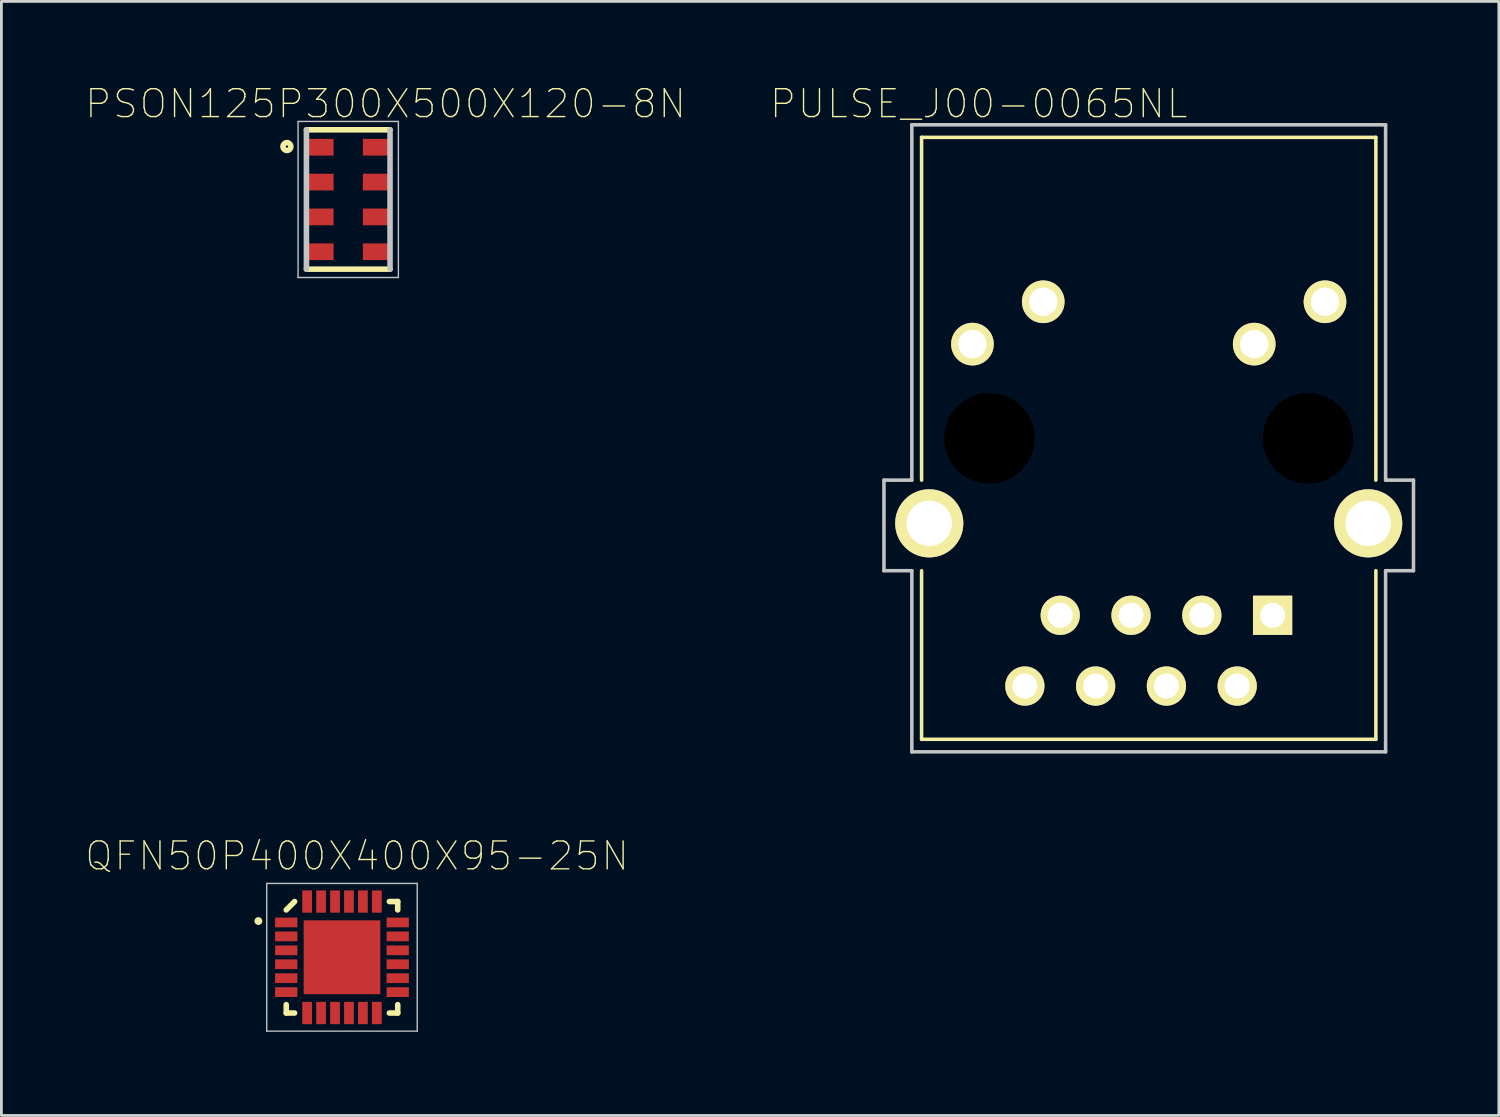
<source format=kicad_pcb>
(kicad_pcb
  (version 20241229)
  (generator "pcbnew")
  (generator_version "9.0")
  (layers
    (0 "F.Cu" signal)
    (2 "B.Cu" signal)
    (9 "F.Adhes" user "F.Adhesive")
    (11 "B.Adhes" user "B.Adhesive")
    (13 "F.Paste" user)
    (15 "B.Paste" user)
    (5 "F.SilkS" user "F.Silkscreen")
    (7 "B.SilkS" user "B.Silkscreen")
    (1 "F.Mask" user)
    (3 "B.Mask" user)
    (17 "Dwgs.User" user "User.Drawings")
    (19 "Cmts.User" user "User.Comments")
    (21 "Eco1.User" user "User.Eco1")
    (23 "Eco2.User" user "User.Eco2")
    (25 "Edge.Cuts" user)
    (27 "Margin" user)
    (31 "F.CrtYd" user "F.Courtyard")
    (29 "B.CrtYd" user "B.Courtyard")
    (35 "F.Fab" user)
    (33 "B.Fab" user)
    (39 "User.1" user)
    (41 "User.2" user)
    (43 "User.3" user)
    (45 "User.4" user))
  (footprint "PULSE_J00-0065NL"
    (layer "F.Cu")
    (at 38.168 12.678)
    (property "Reference" "PULSE_J00-0065NL" (at -6.1 -12.005 0) (layer "F.SilkS") (effects (font (size 1 1) (thickness 0.05))))
    (attr through_hole)
    (fp_line (start -8.15 -10.8) (end 8.15 -10.8) (stroke (width 0.127) (type solid)) (layer "F.SilkS"))
    (fp_line (start -8.15 1.5) (end -8.15 -10.8) (stroke (width 0.127) (type solid)) (layer "F.SilkS"))
    (fp_line (start -8.15 10.8) (end -8.15 4.75) (stroke (width 0.127) (type solid)) (layer "F.SilkS"))
    (fp_line (start 8.15 -10.8) (end 8.15 1.5) (stroke (width 0.127) (type solid)) (layer "F.SilkS"))
    (fp_line (start 8.15 4.75) (end 8.15 10.8) (stroke (width 0.127) (type solid)) (layer "F.SilkS"))
    (fp_line (start 8.15 10.8) (end -8.15 10.8) (stroke (width 0.127) (type solid)) (layer "F.SilkS"))
    (fp_line (start -9.5 1.5) (end -8.5 1.5) (stroke (width 0.127) (type solid)) (layer "Dwgs.User"))
    (fp_line (start -9.5 4.75) (end -9.5 1.5) (stroke (width 0.127) (type solid)) (layer "Dwgs.User"))
    (fp_line (start -8.5 -11.25) (end 8.5 -11.25) (stroke (width 0.127) (type solid)) (layer "Dwgs.User"))
    (fp_line (start -8.5 1.5) (end -8.5 -11.25) (stroke (width 0.127) (type solid)) (layer "Dwgs.User"))
    (fp_line (start -8.5 4.75) (end -9.5 4.75) (stroke (width 0.127) (type solid)) (layer "Dwgs.User"))
    (fp_line (start -8.5 11.25) (end -8.5 4.75) (stroke (width 0.127) (type solid)) (layer "Dwgs.User"))
    (fp_line (start 8.5 -11.25) (end 8.5 1.5) (stroke (width 0.127) (type solid)) (layer "Dwgs.User"))
    (fp_line (start 8.5 1.5) (end 9.5 1.5) (stroke (width 0.127) (type solid)) (layer "Dwgs.User"))
    (fp_line (start 8.5 4.75) (end 8.5 11.25) (stroke (width 0.127) (type solid)) (layer "Dwgs.User"))
    (fp_line (start 8.5 11.25) (end -8.5 11.25) (stroke (width 0.127) (type solid)) (layer "Dwgs.User"))
    (fp_line (start 9.5 1.5) (end 9.5 4.75) (stroke (width 0.127) (type solid)) (layer "Dwgs.User"))
    (fp_line (start 9.5 4.75) (end 8.5 4.75) (stroke (width 0.127) (type solid)) (layer "Dwgs.User"))
    (pad "" np_thru_hole circle (at -5.715 0) (size 3.25 3.25) (drill 3.25) (layers))
    (pad "" np_thru_hole circle (at 5.715 0) (size 3.25 3.25) (drill 3.25) (layers))
    (pad "1" thru_hole rect (at 4.445 6.35) (size 1.408 1.408) (drill 0.9) (layers "*.Cu" "*.Mask" "F.SilkS"))
    (pad "2" thru_hole circle (at 3.175 8.889) (size 1.408 1.408) (drill 0.9) (layers "*.Cu" "*.Mask" "F.SilkS"))
    (pad "3" thru_hole circle (at 1.905 6.35) (size 1.408 1.408) (drill 0.9) (layers "*.Cu" "*.Mask" "F.SilkS"))
    (pad "4" thru_hole circle (at 0.635 8.889) (size 1.408 1.408) (drill 0.9) (layers "*.Cu" "*.Mask" "F.SilkS"))
    (pad "5" thru_hole circle (at -0.635 6.35) (size 1.408 1.408) (drill 0.9) (layers "*.Cu" "*.Mask" "F.SilkS"))
    (pad "6" thru_hole circle (at -1.905 8.889) (size 1.408 1.408) (drill 0.9) (layers "*.Cu" "*.Mask" "F.SilkS"))
    (pad "7" thru_hole circle (at -3.175 6.35) (size 1.408 1.408) (drill 0.9) (layers "*.Cu" "*.Mask" "F.SilkS"))
    (pad "8" thru_hole circle (at -4.445 8.889) (size 1.408 1.408) (drill 0.9) (layers "*.Cu" "*.Mask" "F.SilkS"))
    (pad "9" thru_hole circle (at 6.325 -4.9) (size 1.53 1.53) (drill 1.02) (layers "*.Cu" "*.Mask" "F.SilkS"))
    (pad "10" thru_hole circle (at 3.785 -3.38) (size 1.53 1.53) (drill 1.02) (layers "*.Cu" "*.Mask" "F.SilkS"))
    (pad "11" thru_hole circle (at -3.785 -4.9) (size 1.53 1.53) (drill 1.02) (layers "*.Cu" "*.Mask" "F.SilkS"))
    (pad "12" thru_hole circle (at -6.325 -3.38) (size 1.53 1.53) (drill 1.02) (layers "*.Cu" "*.Mask" "F.SilkS"))
    (pad "S1" thru_hole circle (at 7.875 3.05) (size 2.445 2.445) (drill 1.63) (layers "*.Cu" "*.Mask" "F.SilkS"))
    (pad "S2" thru_hole circle (at -7.875 3.05) (size 2.445 2.445) (drill 1.63) (layers "*.Cu" "*.Mask" "F.SilkS")))
  (footprint "PSON125P300X500X120-8N"
    (layer "F.Cu")
    (at 9.445 4.108)
    (property "Reference" "PSON125P300X500X120-8N" (at 1.34 -3.435 0) (layer "F.SilkS") (effects (font (size 1 1) (thickness 0.05))))
    (attr smd)
    (fp_line (start -1.5 -2.5) (end 1.5 -2.5) (stroke (width 0.2) (type solid)) (layer "F.SilkS"))
    (fp_line (start 1.5 2.5) (end -1.5 2.5) (stroke (width 0.2) (type solid)) (layer "F.SilkS"))
    (fp_circle (center -2.2 -1.9) (end -2.059 -1.9) (stroke (width 0.2) (type solid)) (fill no) (layer "F.SilkS"))
    (fp_line (start -1.8 -2.8) (end 1.8 -2.8) (stroke (width 0.05) (type solid)) (layer "Dwgs.User"))
    (fp_line (start -1.8 2.8) (end -1.8 -2.8) (stroke (width 0.05) (type solid)) (layer "Dwgs.User"))
    (fp_line (start -1.5 2.5) (end -1.5 -2.5) (stroke (width 0.2) (type solid)) (layer "Dwgs.User"))
    (fp_line (start 1.5 -2.5) (end 1.5 2.5) (stroke (width 0.2) (type solid)) (layer "Dwgs.User"))
    (fp_line (start 1.8 -2.8) (end 1.8 2.8) (stroke (width 0.05) (type solid)) (layer "Dwgs.User"))
    (fp_line (start 1.8 2.8) (end -1.8 2.8) (stroke (width 0.05) (type solid)) (layer "Dwgs.User"))
    (pad "1" smd rect (at -1 -1.875) (size 0.95 0.6) (layers "F.Cu" "F.Mask" "F.Paste"))
    (pad "2" smd rect (at -1 -0.625) (size 0.95 0.6) (layers "F.Cu" "F.Mask" "F.Paste"))
    (pad "3" smd rect (at -1 0.625) (size 0.95 0.6) (layers "F.Cu" "F.Mask" "F.Paste"))
    (pad "4" smd rect (at -1 1.875) (size 0.95 0.6) (layers "F.Cu" "F.Mask" "F.Paste"))
    (pad "5" smd rect (at 1 1.875) (size 0.95 0.6) (layers "F.Cu" "F.Mask" "F.Paste"))
    (pad "6" smd rect (at 1 0.625) (size 0.95 0.6) (layers "F.Cu" "F.Mask" "F.Paste"))
    (pad "7" smd rect (at 1 -0.625) (size 0.95 0.6) (layers "F.Cu" "F.Mask" "F.Paste"))
    (pad "8" smd rect (at 1 -1.875) (size 0.95 0.6) (layers "F.Cu" "F.Mask" "F.Paste")))
  (footprint "QFN50P400X400X95-25N"
    (layer "F.Cu")
    (at 9.221 31.299)
    (property "Reference" "QFN50P400X400X95-25N" (at 0.54 -3.635 0) (layer "F.SilkS") (effects (font (size 1 1) (thickness 0.05))))
    (attr smd)
    (fp_line (start -2 -1.7) (end -1.7 -2) (stroke (width 0.2) (type solid)) (layer "F.SilkS"))
    (fp_line (start -2 2) (end -2 1.7) (stroke (width 0.2) (type solid)) (layer "F.SilkS"))
    (fp_line (start -1.7 2) (end -2 2) (stroke (width 0.2) (type solid)) (layer "F.SilkS"))
    (fp_line (start 1.7 -2) (end 2 -2) (stroke (width 0.2) (type solid)) (layer "F.SilkS"))
    (fp_line (start 2 -2) (end 2 -1.7) (stroke (width 0.2) (type solid)) (layer "F.SilkS"))
    (fp_line (start 2 1.7) (end 2 2) (stroke (width 0.2) (type solid)) (layer "F.SilkS"))
    (fp_line (start 2 2) (end 1.7 2) (stroke (width 0.2) (type solid)) (layer "F.SilkS"))
    (fp_circle (center -3 -1.3) (end -2.859 -1.3) (stroke (width 0) (type solid)) (fill yes) (layer "F.SilkS"))
    (fp_poly (pts (xy -0.88 -0.83) (xy 0.88 -0.83) (xy 0.88 0.83) (xy -0.88 0.83)) (stroke (width 0.381) (type solid)) (fill yes) (layer "F.Paste"))
    (fp_line (start -2.7 -2.65) (end 2.7 -2.65) (stroke (width 0.05) (type solid)) (layer "Dwgs.User"))
    (fp_line (start -2.7 2.65) (end -2.7 -2.65) (stroke (width 0.05) (type solid)) (layer "Dwgs.User"))
    (fp_line (start 2.7 -2.65) (end 2.7 2.65) (stroke (width 0.05) (type solid)) (layer "Dwgs.User"))
    (fp_line (start 2.7 2.65) (end -2.7 2.65) (stroke (width 0.05) (type solid)) (layer "Dwgs.User"))
    (pad "1" smd rect (at -2 -1.25) (size 0.8 0.35) (layers "F.Cu" "F.Mask" "F.Paste"))
    (pad "2" smd rect (at -2 -0.75) (size 0.8 0.35) (layers "F.Cu" "F.Mask" "F.Paste"))
    (pad "3" smd rect (at -2 -0.25) (size 0.8 0.35) (layers "F.Cu" "F.Mask" "F.Paste"))
    (pad "4" smd rect (at -2 0.25) (size 0.8 0.35) (layers "F.Cu" "F.Mask" "F.Paste"))
    (pad "5" smd rect (at -2 0.75) (size 0.8 0.35) (layers "F.Cu" "F.Mask" "F.Paste"))
    (pad "6" smd rect (at -2 1.25) (size 0.8 0.35) (layers "F.Cu" "F.Mask" "F.Paste"))
    (pad "7" smd rect (at -1.25 2 90) (size 0.8 0.35) (layers "F.Cu" "F.Mask" "F.Paste"))
    (pad "8" smd rect (at -0.75 2 90) (size 0.8 0.35) (layers "F.Cu" "F.Mask" "F.Paste"))
    (pad "9" smd rect (at -0.25 2 90) (size 0.8 0.35) (layers "F.Cu" "F.Mask" "F.Paste"))
    (pad "10" smd rect (at 0.25 2 90) (size 0.8 0.35) (layers "F.Cu" "F.Mask" "F.Paste"))
    (pad "11" smd rect (at 0.75 2 90) (size 0.8 0.35) (layers "F.Cu" "F.Mask" "F.Paste"))
    (pad "12" smd rect (at 1.25 2 90) (size 0.8 0.35) (layers "F.Cu" "F.Mask" "F.Paste"))
    (pad "13" smd rect (at 2 1.25 180) (size 0.8 0.35) (layers "F.Cu" "F.Mask" "F.Paste"))
    (pad "14" smd rect (at 2 0.75 180) (size 0.8 0.35) (layers "F.Cu" "F.Mask" "F.Paste"))
    (pad "15" smd rect (at 2 0.25 180) (size 0.8 0.35) (layers "F.Cu" "F.Mask" "F.Paste"))
    (pad "16" smd rect (at 2 -0.25 180) (size 0.8 0.35) (layers "F.Cu" "F.Mask" "F.Paste"))
    (pad "17" smd rect (at 2 -0.75 180) (size 0.8 0.35) (layers "F.Cu" "F.Mask" "F.Paste"))
    (pad "18" smd rect (at 2 -1.25 180) (size 0.8 0.35) (layers "F.Cu" "F.Mask" "F.Paste"))
    (pad "19" smd rect (at 1.25 -2 270) (size 0.8 0.35) (layers "F.Cu" "F.Mask" "F.Paste"))
    (pad "20" smd rect (at 0.75 -2 270) (size 0.8 0.35) (layers "F.Cu" "F.Mask" "F.Paste"))
    (pad "21" smd rect (at 0.25 -2 270) (size 0.8 0.35) (layers "F.Cu" "F.Mask" "F.Paste"))
    (pad "22" smd rect (at -0.25 -2 270) (size 0.8 0.35) (layers "F.Cu" "F.Mask" "F.Paste"))
    (pad "23" smd rect (at -0.75 -2 270) (size 0.8 0.35) (layers "F.Cu" "F.Mask" "F.Paste"))
    (pad "24" smd rect (at -1.25 -2 270) (size 0.8 0.35) (layers "F.Cu" "F.Mask" "F.Paste"))
    (pad "25" smd rect (at 0 0) (size 2.75 2.65) (layers "F.Cu" "F.Mask" "F.Paste")))
  (gr_rect
    (start -3 -3)
    (end 50.731 36.974)
    (stroke (width 0.1) (type default))
    (fill no)
    (layer "Edge.Cuts")))
</source>
